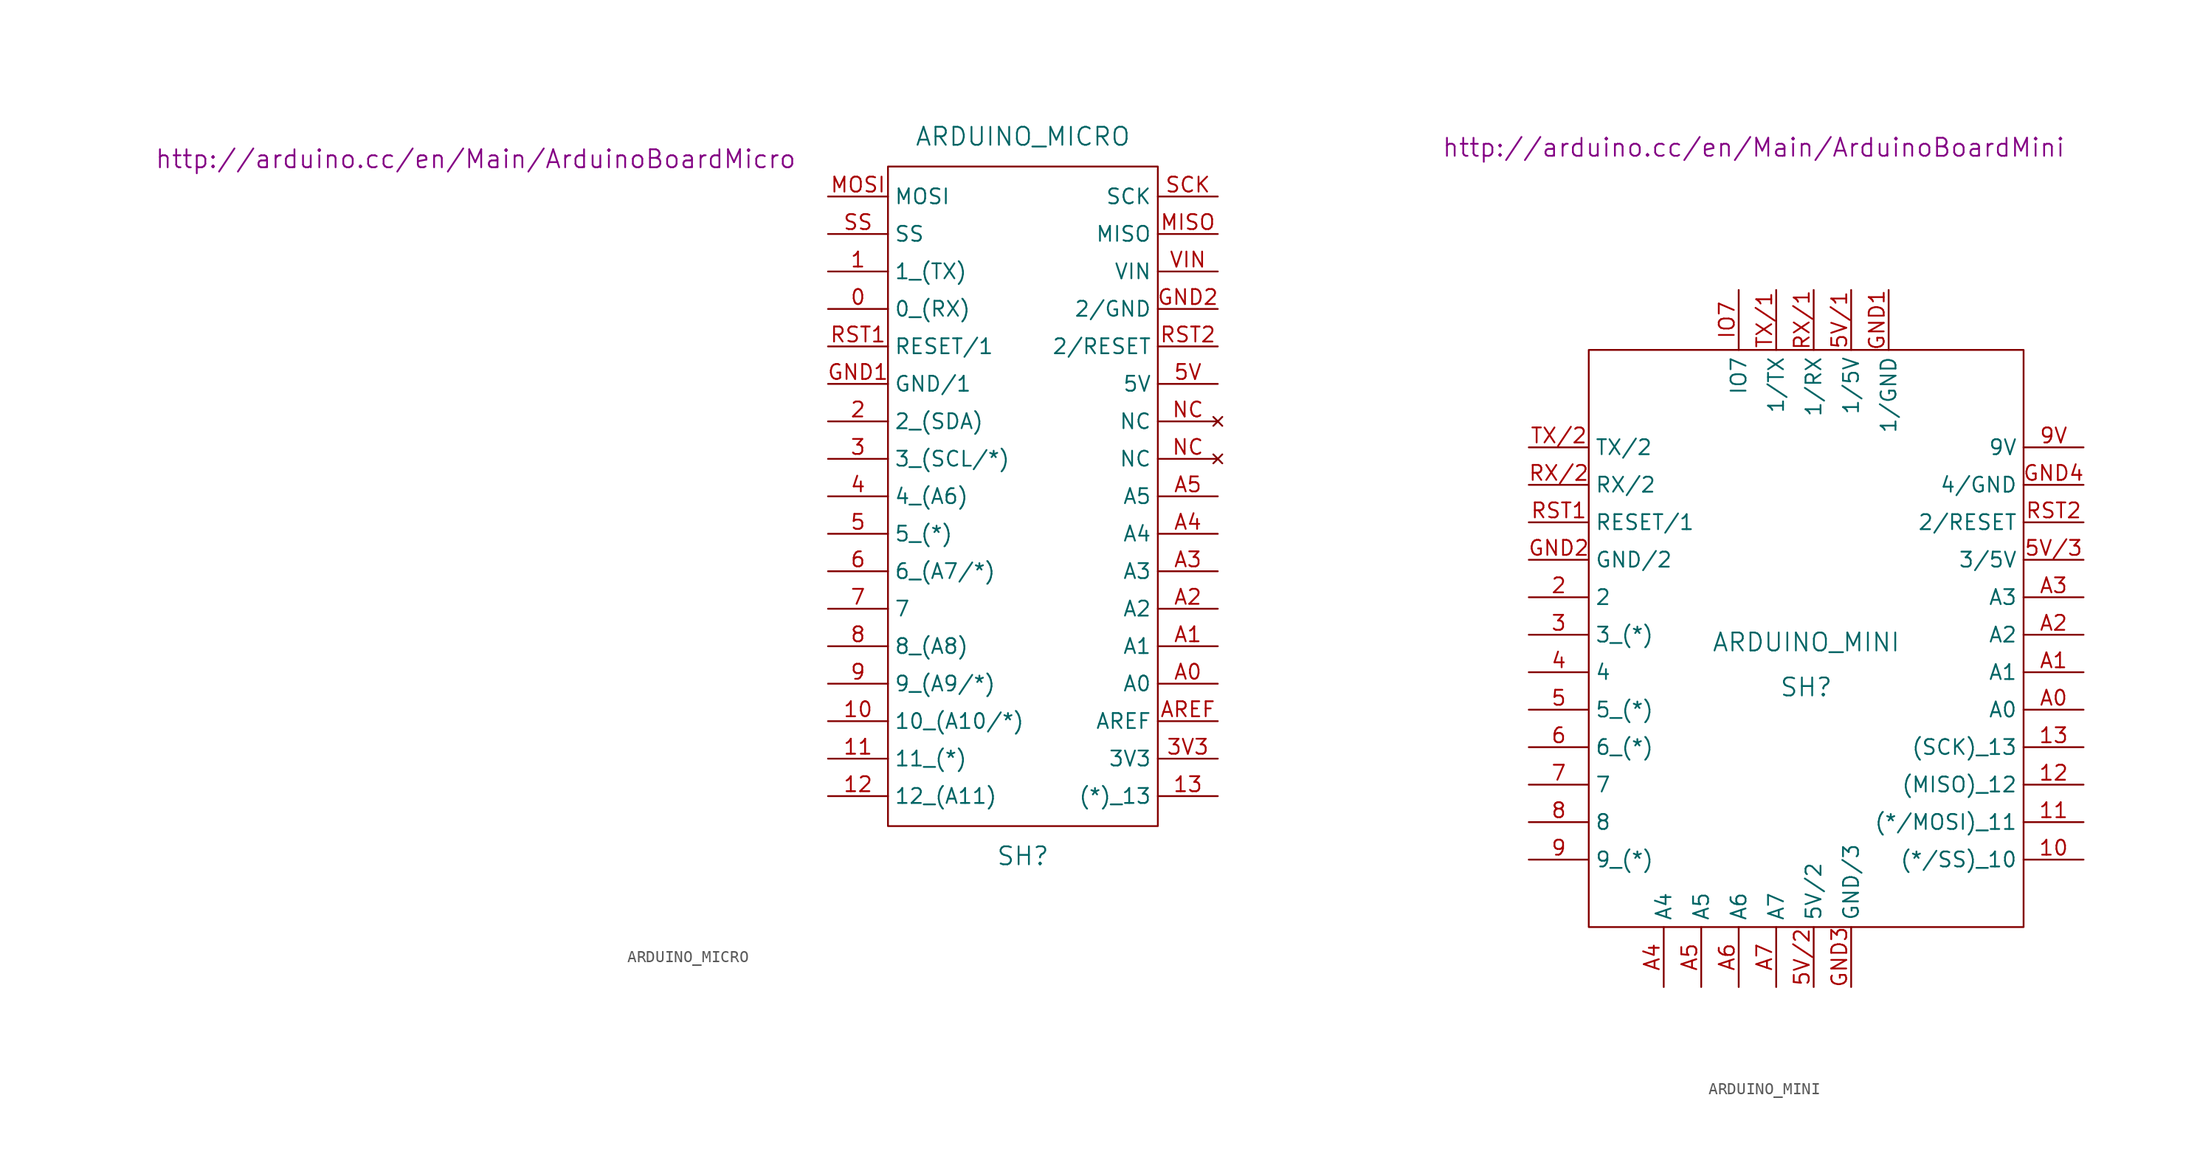
<source format=kicad_sym>
(kicad_symbol_lib
  (version 20201005)
  (generator kicad_symbol_editor)
  (symbol "Zimprich:ARDUINO_MICRO"
    (property "Reference" "SH"
      (at 0 -30.48 0)
      (effects (font (size 1.524 1.524))))
    (property "Value" "ARDUINO_MICRO"
      (at 0 30.48 0)
      (effects (font (size 1.524 1.524))))
    (property "Footprint" ""
      (at -46.355 28.575 0)
      (effects (font (size 1.524 1.524))))
    (property "Datasheet" "http://arduino.cc/en/Main/ArduinoBoardMicro"
      (at -46.355 28.575 0)
      (effects (font (size 1.524 1.524))))
    (symbol "ARDUINO_MICRO_0_1"
      (rectangle (start -11.43 27.94) (end 11.43 -27.94) (stroke (width 0)) (fill (type none))))
    (symbol "ARDUINO_MICRO_1_1"
      (pin input line (at -16.51 15.875 0) (length 5.08) (name "0_(RX)" (effects (font (size 1.27 1.27)))) (number "0" (effects (font (size 1.27 1.27)))))
      (pin input line (at -16.51 19.05 0) (length 5.08) (name "1_(TX)" (effects (font (size 1.27 1.27)))) (number "1" (effects (font (size 1.27 1.27)))))
      (pin input line (at -16.51 -19.05 0) (length 5.08) (name "10_(A10/*)" (effects (font (size 1.27 1.27)))) (number "10" (effects (font (size 1.27 1.27)))))
      (pin input line (at -16.51 -22.225 0) (length 5.08) (name "11_(*)" (effects (font (size 1.27 1.27)))) (number "11" (effects (font (size 1.27 1.27)))))
      (pin input line (at -16.51 -25.4 0) (length 5.08) (name "12_(A11)" (effects (font (size 1.27 1.27)))) (number "12" (effects (font (size 1.27 1.27)))))
      (pin input line (at 16.51 -25.4 180) (length 5.08) (name "(*)_13" (effects (font (size 1.27 1.27)))) (number "13" (effects (font (size 1.27 1.27)))))
      (pin input line (at -16.51 6.35 0) (length 5.08) (name "2_(SDA)" (effects (font (size 1.27 1.27)))) (number "2" (effects (font (size 1.27 1.27)))))
      (pin input line (at -16.51 3.175 0) (length 5.08) (name "3_(SCL/*)" (effects (font (size 1.27 1.27)))) (number "3" (effects (font (size 1.27 1.27)))))
      (pin input line (at 16.51 -22.225 180) (length 5.08) (name "3V3" (effects (font (size 1.27 1.27)))) (number "3V3" (effects (font (size 1.27 1.27)))))
      (pin input line (at -16.51 0 0) (length 5.08) (name "4_(A6)" (effects (font (size 1.27 1.27)))) (number "4" (effects (font (size 1.27 1.27)))))
      (pin input line (at -16.51 -3.175 0) (length 5.08) (name "5_(*)" (effects (font (size 1.27 1.27)))) (number "5" (effects (font (size 1.27 1.27)))))
      (pin input line (at 16.51 9.525 180) (length 5.08) (name "5V" (effects (font (size 1.27 1.27)))) (number "5V" (effects (font (size 1.27 1.27)))))
      (pin input line (at -16.51 -6.35 0) (length 5.08) (name "6_(A7/*)" (effects (font (size 1.27 1.27)))) (number "6" (effects (font (size 1.27 1.27)))))
      (pin input line (at -16.51 -9.525 0) (length 5.08) (name "7" (effects (font (size 1.27 1.27)))) (number "7" (effects (font (size 1.27 1.27)))))
      (pin input line (at -16.51 -12.7 0) (length 5.08) (name "8_(A8)" (effects (font (size 1.27 1.27)))) (number "8" (effects (font (size 1.27 1.27)))))
      (pin input line (at -16.51 -15.875 0) (length 5.08) (name "9_(A9/*)" (effects (font (size 1.27 1.27)))) (number "9" (effects (font (size 1.27 1.27)))))
      (pin input line (at 16.51 -15.875 180) (length 5.08) (name "A0" (effects (font (size 1.27 1.27)))) (number "A0" (effects (font (size 1.27 1.27)))))
      (pin input line (at 16.51 -12.7 180) (length 5.08) (name "A1" (effects (font (size 1.27 1.27)))) (number "A1" (effects (font (size 1.27 1.27)))))
      (pin input line (at 16.51 -9.525 180) (length 5.08) (name "A2" (effects (font (size 1.27 1.27)))) (number "A2" (effects (font (size 1.27 1.27)))))
      (pin input line (at 16.51 -6.35 180) (length 5.08) (name "A3" (effects (font (size 1.27 1.27)))) (number "A3" (effects (font (size 1.27 1.27)))))
      (pin input line (at 16.51 -3.175 180) (length 5.08) (name "A4" (effects (font (size 1.27 1.27)))) (number "A4" (effects (font (size 1.27 1.27)))))
      (pin input line (at 16.51 0 180) (length 5.08) (name "A5" (effects (font (size 1.27 1.27)))) (number "A5" (effects (font (size 1.27 1.27)))))
      (pin input line (at 16.51 -19.05 180) (length 5.08) (name "AREF" (effects (font (size 1.27 1.27)))) (number "AREF" (effects (font (size 1.27 1.27)))))
      (pin input line (at -16.51 9.525 0) (length 5.08) (name "GND/1" (effects (font (size 1.27 1.27)))) (number "GND1" (effects (font (size 1.27 1.27)))))
      (pin input line (at 16.51 15.875 180) (length 5.08) (name "2/GND" (effects (font (size 1.27 1.27)))) (number "GND2" (effects (font (size 1.27 1.27)))))
      (pin input line (at 16.51 22.225 180) (length 5.08) (name "MISO" (effects (font (size 1.27 1.27)))) (number "MISO" (effects (font (size 1.27 1.27)))))
      (pin input line (at -16.51 25.4 0) (length 5.08) (name "MOSI" (effects (font (size 1.27 1.27)))) (number "MOSI" (effects (font (size 1.27 1.27)))))
      (pin unconnected line (at 16.51 3.175 180) (length 5.08) (name "NC" (effects (font (size 1.27 1.27)))) (number "NC" (effects (font (size 1.27 1.27)))))
      (pin unconnected line (at 16.51 6.35 180) (length 5.08) (name "NC" (effects (font (size 1.27 1.27)))) (number "NC" (effects (font (size 1.27 1.27)))))
      (pin input line (at -16.51 12.7 0) (length 5.08) (name "RESET/1" (effects (font (size 1.27 1.27)))) (number "RST1" (effects (font (size 1.27 1.27)))))
      (pin input line (at 16.51 12.7 180) (length 5.08) (name "2/RESET" (effects (font (size 1.27 1.27)))) (number "RST2" (effects (font (size 1.27 1.27)))))
      (pin input line (at 16.51 25.4 180) (length 5.08) (name "SCK" (effects (font (size 1.27 1.27)))) (number "SCK" (effects (font (size 1.27 1.27)))))
      (pin input line (at -16.51 22.225 0) (length 5.08) (name "SS" (effects (font (size 1.27 1.27)))) (number "SS" (effects (font (size 1.27 1.27)))))
      (pin input line (at 16.51 19.05 180) (length 5.08) (name "VIN" (effects (font (size 1.27 1.27)))) (number "VIN" (effects (font (size 1.27 1.27)))))))
  (symbol "Zimprich:ARDUINO_MINI"
    (property "Reference" "SH"
      (at 0 -3.175 0)
      (effects (font (size 1.524 1.524))))
    (property "Value" "ARDUINO_MINI"
      (at 0 0.635 0)
      (effects (font (size 1.524 1.524))))
    (property "Footprint" ""
      (at -4.445 42.545 0)
      (effects (font (size 1.524 1.524))))
    (property "Datasheet" "http://arduino.cc/en/Main/ArduinoBoardMini"
      (at -4.445 42.545 0)
      (effects (font (size 1.524 1.524))))
    (symbol "ARDUINO_MINI_0_1"
      (rectangle (start -18.415 25.4) (end 18.415 -23.495) (stroke (width 0)) (fill (type none))))
    (symbol "ARDUINO_MINI_1_1"
      (pin input line (at 23.495 -17.78 180) (length 5.08) (name "(*/SS)_10" (effects (font (size 1.27 1.27)))) (number "10" (effects (font (size 1.27 1.27)))))
      (pin input line (at 23.495 -14.605 180) (length 5.08) (name "(*/MOSI)_11" (effects (font (size 1.27 1.27)))) (number "11" (effects (font (size 1.27 1.27)))))
      (pin input line (at 23.495 -11.43 180) (length 5.08) (name "(MISO)_12" (effects (font (size 1.27 1.27)))) (number "12" (effects (font (size 1.27 1.27)))))
      (pin input line (at 23.495 -8.255 180) (length 5.08) (name "(SCK)_13" (effects (font (size 1.27 1.27)))) (number "13" (effects (font (size 1.27 1.27)))))
      (pin input line (at -23.495 4.445 0) (length 5.08) (name "2" (effects (font (size 1.27 1.27)))) (number "2" (effects (font (size 1.27 1.27)))))
      (pin input line (at -23.495 1.27 0) (length 5.08) (name "3_(*)" (effects (font (size 1.27 1.27)))) (number "3" (effects (font (size 1.27 1.27)))))
      (pin input line (at -23.495 -1.905 0) (length 5.08) (name "4" (effects (font (size 1.27 1.27)))) (number "4" (effects (font (size 1.27 1.27)))))
      (pin input line (at -23.495 -5.08 0) (length 5.08) (name "5_(*)" (effects (font (size 1.27 1.27)))) (number "5" (effects (font (size 1.27 1.27)))))
      (pin input line (at 3.81 30.48 270) (length 5.08) (name "1/5V" (effects (font (size 1.27 1.27)))) (number "5V/1" (effects (font (size 1.27 1.27)))))
      (pin input line (at 0.635 -28.575 90) (length 5.08) (name "5V/2" (effects (font (size 1.27 1.27)))) (number "5V/2" (effects (font (size 1.27 1.27)))))
      (pin input line (at 23.495 7.62 180) (length 5.08) (name "3/5V" (effects (font (size 1.27 1.27)))) (number "5V/3" (effects (font (size 1.27 1.27)))))
      (pin input line (at -23.495 -8.255 0) (length 5.08) (name "6_(*)" (effects (font (size 1.27 1.27)))) (number "6" (effects (font (size 1.27 1.27)))))
      (pin input line (at -23.495 -11.43 0) (length 5.08) (name "7" (effects (font (size 1.27 1.27)))) (number "7" (effects (font (size 1.27 1.27)))))
      (pin input line (at -23.495 -14.605 0) (length 5.08) (name "8" (effects (font (size 1.27 1.27)))) (number "8" (effects (font (size 1.27 1.27)))))
      (pin input line (at -23.495 -17.78 0) (length 5.08) (name "9_(*)" (effects (font (size 1.27 1.27)))) (number "9" (effects (font (size 1.27 1.27)))))
      (pin input line (at 23.495 17.145 180) (length 5.08) (name "9V" (effects (font (size 1.27 1.27)))) (number "9V" (effects (font (size 1.27 1.27)))))
      (pin input line (at 23.495 -5.08 180) (length 5.08) (name "A0" (effects (font (size 1.27 1.27)))) (number "A0" (effects (font (size 1.27 1.27)))))
      (pin input line (at 23.495 -1.905 180) (length 5.08) (name "A1" (effects (font (size 1.27 1.27)))) (number "A1" (effects (font (size 1.27 1.27)))))
      (pin input line (at 23.495 1.27 180) (length 5.08) (name "A2" (effects (font (size 1.27 1.27)))) (number "A2" (effects (font (size 1.27 1.27)))))
      (pin input line (at 23.495 4.445 180) (length 5.08) (name "A3" (effects (font (size 1.27 1.27)))) (number "A3" (effects (font (size 1.27 1.27)))))
      (pin input line (at -12.065 -28.575 90) (length 5.08) (name "A4" (effects (font (size 1.27 1.27)))) (number "A4" (effects (font (size 1.27 1.27)))))
      (pin input line (at -8.89 -28.575 90) (length 5.08) (name "A5" (effects (font (size 1.27 1.27)))) (number "A5" (effects (font (size 1.27 1.27)))))
      (pin input line (at -5.715 -28.575 90) (length 5.08) (name "A6" (effects (font (size 1.27 1.27)))) (number "A6" (effects (font (size 1.27 1.27)))))
      (pin input line (at -2.54 -28.575 90) (length 5.08) (name "A7" (effects (font (size 1.27 1.27)))) (number "A7" (effects (font (size 1.27 1.27)))))
      (pin input line (at 6.985 30.48 270) (length 5.08) (name "1/GND" (effects (font (size 1.27 1.27)))) (number "GND1" (effects (font (size 1.27 1.27)))))
      (pin input line (at -23.495 7.62 0) (length 5.08) (name "GND/2" (effects (font (size 1.27 1.27)))) (number "GND2" (effects (font (size 1.27 1.27)))))
      (pin input line (at 3.81 -28.575 90) (length 5.08) (name "GND/3" (effects (font (size 1.27 1.27)))) (number "GND3" (effects (font (size 1.27 1.27)))))
      (pin input line (at 23.495 13.97 180) (length 5.08) (name "4/GND" (effects (font (size 1.27 1.27)))) (number "GND4" (effects (font (size 1.27 1.27)))))
      (pin input line (at -5.715 30.48 270) (length 5.08) (name "IO7" (effects (font (size 1.27 1.27)))) (number "IO7" (effects (font (size 1.27 1.27)))))
      (pin input line (at -23.495 10.795 0) (length 5.08) (name "RESET/1" (effects (font (size 1.27 1.27)))) (number "RST1" (effects (font (size 1.27 1.27)))))
      (pin input line (at 23.495 10.795 180) (length 5.08) (name "2/RESET" (effects (font (size 1.27 1.27)))) (number "RST2" (effects (font (size 1.27 1.27)))))
      (pin input line (at 0.635 30.48 270) (length 5.08) (name "1/RX" (effects (font (size 1.27 1.27)))) (number "RX/1" (effects (font (size 1.27 1.27)))))
      (pin input line (at -23.495 13.97 0) (length 5.08) (name "RX/2" (effects (font (size 1.27 1.27)))) (number "RX/2" (effects (font (size 1.27 1.27)))))
      (pin input line (at -2.54 30.48 270) (length 5.08) (name "1/TX" (effects (font (size 1.27 1.27)))) (number "TX/1" (effects (font (size 1.27 1.27)))))
      (pin input line (at -23.495 17.145 0) (length 5.08) (name "TX/2" (effects (font (size 1.27 1.27)))) (number "TX/2" (effects (font (size 1.27 1.27))))))))
</source>
